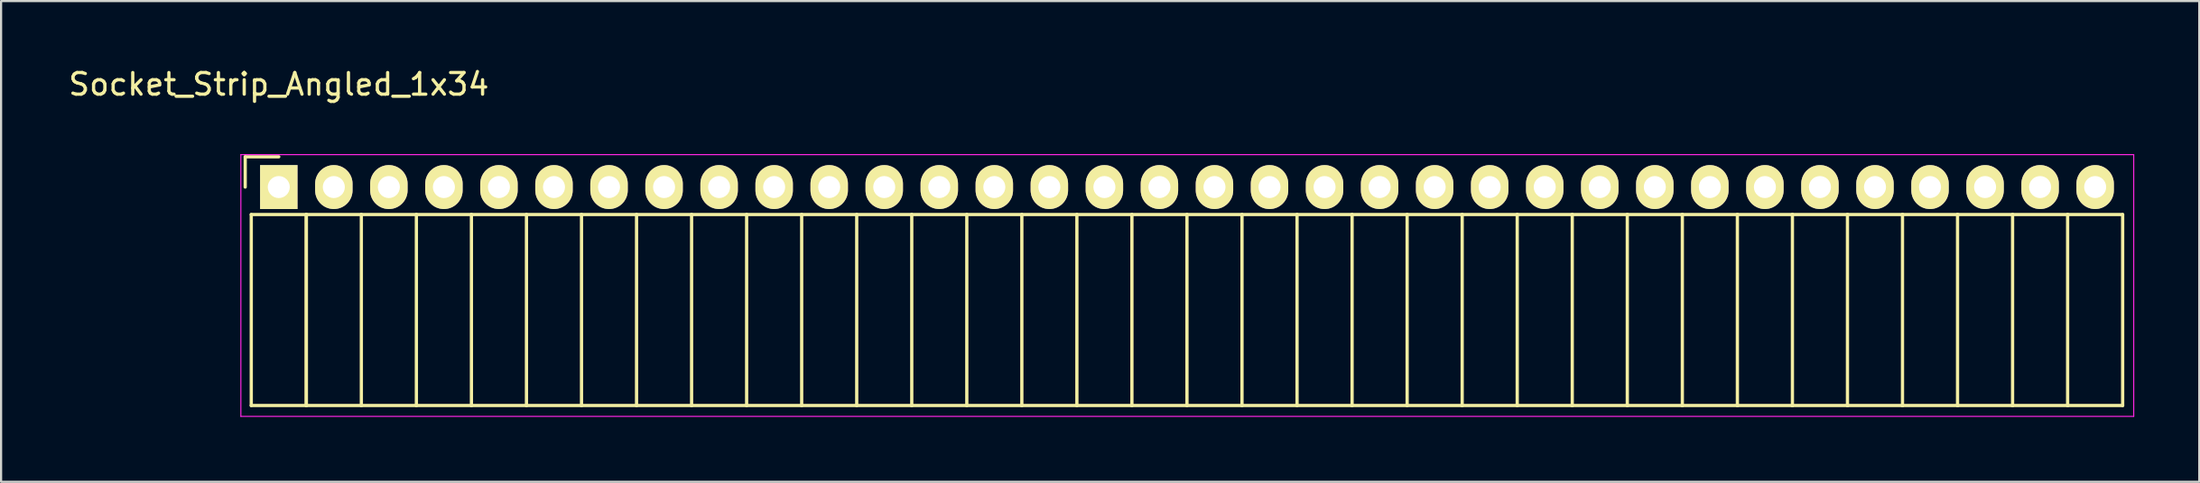
<source format=kicad_pcb>
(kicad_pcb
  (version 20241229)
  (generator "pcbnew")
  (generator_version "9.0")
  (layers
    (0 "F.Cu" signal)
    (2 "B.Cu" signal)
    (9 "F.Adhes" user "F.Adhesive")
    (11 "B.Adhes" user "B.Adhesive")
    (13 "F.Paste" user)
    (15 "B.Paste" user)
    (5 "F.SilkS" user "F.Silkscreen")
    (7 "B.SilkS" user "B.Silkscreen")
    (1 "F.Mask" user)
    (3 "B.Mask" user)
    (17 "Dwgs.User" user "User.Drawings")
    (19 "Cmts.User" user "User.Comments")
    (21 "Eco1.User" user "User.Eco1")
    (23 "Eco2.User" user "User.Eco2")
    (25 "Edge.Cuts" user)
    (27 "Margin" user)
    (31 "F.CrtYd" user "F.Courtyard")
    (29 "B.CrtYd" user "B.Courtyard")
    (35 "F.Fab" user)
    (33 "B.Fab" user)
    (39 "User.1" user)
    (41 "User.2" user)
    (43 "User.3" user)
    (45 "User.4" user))
  (footprint "Socket_Strip_Angled_1x34"
    (layer "F.Cu")
    (at 9.815 5.598)
    (property "Reference" "Socket_Strip_Angled_1x34" (at 0 -4.75 0) (layer "F.SilkS") (effects (font (size 1 1) (thickness 0.15))))
    (attr through_hole)
    (fp_line (start -1.55 -1.4) (end -1.55 0) (stroke (width 0.15) (type solid)) (layer "F.SilkS"))
    (fp_line (start -1.27 1.27) (end -1.27 10.1) (stroke (width 0.15) (type solid)) (layer "F.SilkS"))
    (fp_line (start -1.27 1.27) (end 1.27 1.27) (stroke (width 0.15) (type solid)) (layer "F.SilkS"))
    (fp_line (start -1.27 10.1) (end 1.27 10.1) (stroke (width 0.15) (type solid)) (layer "F.SilkS"))
    (fp_line (start 0 -1.4) (end -1.55 -1.4) (stroke (width 0.15) (type solid)) (layer "F.SilkS"))
    (fp_line (start 1.27 1.27) (end 1.27 10.1) (stroke (width 0.15) (type solid)) (layer "F.SilkS"))
    (fp_line (start 1.27 1.27) (end 3.81 1.27) (stroke (width 0.15) (type solid)) (layer "F.SilkS"))
    (fp_line (start 1.27 10.1) (end 1.27 1.27) (stroke (width 0.15) (type solid)) (layer "F.SilkS"))
    (fp_line (start 1.27 10.1) (end 3.81 10.1) (stroke (width 0.15) (type solid)) (layer "F.SilkS"))
    (fp_line (start 3.81 1.27) (end 6.35 1.27) (stroke (width 0.15) (type solid)) (layer "F.SilkS"))
    (fp_line (start 3.81 10.1) (end 3.81 1.27) (stroke (width 0.15) (type solid)) (layer "F.SilkS"))
    (fp_line (start 3.81 10.1) (end 6.35 10.1) (stroke (width 0.15) (type solid)) (layer "F.SilkS"))
    (fp_line (start 6.35 1.27) (end 8.89 1.27) (stroke (width 0.15) (type solid)) (layer "F.SilkS"))
    (fp_line (start 6.35 10.1) (end 6.35 1.27) (stroke (width 0.15) (type solid)) (layer "F.SilkS"))
    (fp_line (start 6.35 10.1) (end 8.89 10.1) (stroke (width 0.15) (type solid)) (layer "F.SilkS"))
    (fp_line (start 8.89 1.27) (end 11.43 1.27) (stroke (width 0.15) (type solid)) (layer "F.SilkS"))
    (fp_line (start 8.89 10.1) (end 8.89 1.27) (stroke (width 0.15) (type solid)) (layer "F.SilkS"))
    (fp_line (start 8.89 10.1) (end 11.43 10.1) (stroke (width 0.15) (type solid)) (layer "F.SilkS"))
    (fp_line (start 11.43 1.27) (end 13.97 1.27) (stroke (width 0.15) (type solid)) (layer "F.SilkS"))
    (fp_line (start 11.43 10.1) (end 11.43 1.27) (stroke (width 0.15) (type solid)) (layer "F.SilkS"))
    (fp_line (start 11.43 10.1) (end 13.97 10.1) (stroke (width 0.15) (type solid)) (layer "F.SilkS"))
    (fp_line (start 13.97 1.27) (end 16.51 1.27) (stroke (width 0.15) (type solid)) (layer "F.SilkS"))
    (fp_line (start 13.97 10.1) (end 13.97 1.27) (stroke (width 0.15) (type solid)) (layer "F.SilkS"))
    (fp_line (start 13.97 10.1) (end 16.51 10.1) (stroke (width 0.15) (type solid)) (layer "F.SilkS"))
    (fp_line (start 16.51 1.27) (end 19.05 1.27) (stroke (width 0.15) (type solid)) (layer "F.SilkS"))
    (fp_line (start 16.51 10.1) (end 16.51 1.27) (stroke (width 0.15) (type solid)) (layer "F.SilkS"))
    (fp_line (start 16.51 10.1) (end 19.05 10.1) (stroke (width 0.15) (type solid)) (layer "F.SilkS"))
    (fp_line (start 19.05 1.27) (end 21.59 1.27) (stroke (width 0.15) (type solid)) (layer "F.SilkS"))
    (fp_line (start 19.05 10.1) (end 19.05 1.27) (stroke (width 0.15) (type solid)) (layer "F.SilkS"))
    (fp_line (start 19.05 10.1) (end 21.59 10.1) (stroke (width 0.15) (type solid)) (layer "F.SilkS"))
    (fp_line (start 21.59 1.27) (end 24.13 1.27) (stroke (width 0.15) (type solid)) (layer "F.SilkS"))
    (fp_line (start 21.59 10.1) (end 21.59 1.27) (stroke (width 0.15) (type solid)) (layer "F.SilkS"))
    (fp_line (start 21.59 10.1) (end 24.13 10.1) (stroke (width 0.15) (type solid)) (layer "F.SilkS"))
    (fp_line (start 24.13 1.27) (end 26.67 1.27) (stroke (width 0.15) (type solid)) (layer "F.SilkS"))
    (fp_line (start 24.13 10.1) (end 24.13 1.27) (stroke (width 0.15) (type solid)) (layer "F.SilkS"))
    (fp_line (start 24.13 10.1) (end 26.67 10.1) (stroke (width 0.15) (type solid)) (layer "F.SilkS"))
    (fp_line (start 26.67 1.27) (end 29.21 1.27) (stroke (width 0.15) (type solid)) (layer "F.SilkS"))
    (fp_line (start 26.67 10.1) (end 26.67 1.27) (stroke (width 0.15) (type solid)) (layer "F.SilkS"))
    (fp_line (start 26.67 10.1) (end 29.21 10.1) (stroke (width 0.15) (type solid)) (layer "F.SilkS"))
    (fp_line (start 29.21 1.27) (end 31.75 1.27) (stroke (width 0.15) (type solid)) (layer "F.SilkS"))
    (fp_line (start 29.21 10.1) (end 29.21 1.27) (stroke (width 0.15) (type solid)) (layer "F.SilkS"))
    (fp_line (start 29.21 10.1) (end 31.75 10.1) (stroke (width 0.15) (type solid)) (layer "F.SilkS"))
    (fp_line (start 31.75 1.27) (end 34.29 1.27) (stroke (width 0.15) (type solid)) (layer "F.SilkS"))
    (fp_line (start 31.75 10.1) (end 31.75 1.27) (stroke (width 0.15) (type solid)) (layer "F.SilkS"))
    (fp_line (start 31.75 10.1) (end 34.29 10.1) (stroke (width 0.15) (type solid)) (layer "F.SilkS"))
    (fp_line (start 34.29 1.27) (end 36.83 1.27) (stroke (width 0.15) (type solid)) (layer "F.SilkS"))
    (fp_line (start 34.29 10.1) (end 34.29 1.27) (stroke (width 0.15) (type solid)) (layer "F.SilkS"))
    (fp_line (start 34.29 10.1) (end 36.83 10.1) (stroke (width 0.15) (type solid)) (layer "F.SilkS"))
    (fp_line (start 36.83 1.27) (end 39.37 1.27) (stroke (width 0.15) (type solid)) (layer "F.SilkS"))
    (fp_line (start 36.83 10.1) (end 36.83 1.27) (stroke (width 0.15) (type solid)) (layer "F.SilkS"))
    (fp_line (start 36.83 10.1) (end 39.37 10.1) (stroke (width 0.15) (type solid)) (layer "F.SilkS"))
    (fp_line (start 39.37 1.27) (end 41.91 1.27) (stroke (width 0.15) (type solid)) (layer "F.SilkS"))
    (fp_line (start 39.37 10.1) (end 39.37 1.27) (stroke (width 0.15) (type solid)) (layer "F.SilkS"))
    (fp_line (start 39.37 10.1) (end 41.91 10.1) (stroke (width 0.15) (type solid)) (layer "F.SilkS"))
    (fp_line (start 41.91 1.27) (end 44.45 1.27) (stroke (width 0.15) (type solid)) (layer "F.SilkS"))
    (fp_line (start 41.91 10.1) (end 41.91 1.27) (stroke (width 0.15) (type solid)) (layer "F.SilkS"))
    (fp_line (start 41.91 10.1) (end 44.45 10.1) (stroke (width 0.15) (type solid)) (layer "F.SilkS"))
    (fp_line (start 44.45 1.27) (end 46.99 1.27) (stroke (width 0.15) (type solid)) (layer "F.SilkS"))
    (fp_line (start 44.45 10.1) (end 44.45 1.27) (stroke (width 0.15) (type solid)) (layer "F.SilkS"))
    (fp_line (start 44.45 10.1) (end 46.99 10.1) (stroke (width 0.15) (type solid)) (layer "F.SilkS"))
    (fp_line (start 46.99 1.27) (end 49.53 1.27) (stroke (width 0.15) (type solid)) (layer "F.SilkS"))
    (fp_line (start 46.99 10.1) (end 46.99 1.27) (stroke (width 0.15) (type solid)) (layer "F.SilkS"))
    (fp_line (start 46.99 10.1) (end 49.53 10.1) (stroke (width 0.15) (type solid)) (layer "F.SilkS"))
    (fp_line (start 49.53 1.27) (end 52.07 1.27) (stroke (width 0.15) (type solid)) (layer "F.SilkS"))
    (fp_line (start 49.53 10.1) (end 49.53 1.27) (stroke (width 0.15) (type solid)) (layer "F.SilkS"))
    (fp_line (start 49.53 10.1) (end 52.07 10.1) (stroke (width 0.15) (type solid)) (layer "F.SilkS"))
    (fp_line (start 52.07 1.27) (end 54.61 1.27) (stroke (width 0.15) (type solid)) (layer "F.SilkS"))
    (fp_line (start 52.07 10.1) (end 52.07 1.27) (stroke (width 0.15) (type solid)) (layer "F.SilkS"))
    (fp_line (start 52.07 10.1) (end 54.61 10.1) (stroke (width 0.15) (type solid)) (layer "F.SilkS"))
    (fp_line (start 54.61 1.27) (end 57.15 1.27) (stroke (width 0.15) (type solid)) (layer "F.SilkS"))
    (fp_line (start 54.61 10.1) (end 54.61 1.27) (stroke (width 0.15) (type solid)) (layer "F.SilkS"))
    (fp_line (start 54.61 10.1) (end 57.15 10.1) (stroke (width 0.15) (type solid)) (layer "F.SilkS"))
    (fp_line (start 57.15 1.27) (end 59.69 1.27) (stroke (width 0.15) (type solid)) (layer "F.SilkS"))
    (fp_line (start 57.15 10.1) (end 57.15 1.27) (stroke (width 0.15) (type solid)) (layer "F.SilkS"))
    (fp_line (start 57.15 10.1) (end 59.69 10.1) (stroke (width 0.15) (type solid)) (layer "F.SilkS"))
    (fp_line (start 59.69 1.27) (end 62.23 1.27) (stroke (width 0.15) (type solid)) (layer "F.SilkS"))
    (fp_line (start 59.69 10.1) (end 59.69 1.27) (stroke (width 0.15) (type solid)) (layer "F.SilkS"))
    (fp_line (start 59.69 10.1) (end 62.23 10.1) (stroke (width 0.15) (type solid)) (layer "F.SilkS"))
    (fp_line (start 62.23 1.27) (end 64.77 1.27) (stroke (width 0.15) (type solid)) (layer "F.SilkS"))
    (fp_line (start 62.23 10.1) (end 62.23 1.27) (stroke (width 0.15) (type solid)) (layer "F.SilkS"))
    (fp_line (start 62.23 10.1) (end 64.77 10.1) (stroke (width 0.15) (type solid)) (layer "F.SilkS"))
    (fp_line (start 64.77 1.27) (end 67.31 1.27) (stroke (width 0.15) (type solid)) (layer "F.SilkS"))
    (fp_line (start 64.77 10.1) (end 64.77 1.27) (stroke (width 0.15) (type solid)) (layer "F.SilkS"))
    (fp_line (start 64.77 10.1) (end 67.31 10.1) (stroke (width 0.15) (type solid)) (layer "F.SilkS"))
    (fp_line (start 67.31 1.27) (end 69.85 1.27) (stroke (width 0.15) (type solid)) (layer "F.SilkS"))
    (fp_line (start 67.31 10.1) (end 67.31 1.27) (stroke (width 0.15) (type solid)) (layer "F.SilkS"))
    (fp_line (start 67.31 10.1) (end 69.85 10.1) (stroke (width 0.15) (type solid)) (layer "F.SilkS"))
    (fp_line (start 69.85 1.27) (end 72.39 1.27) (stroke (width 0.15) (type solid)) (layer "F.SilkS"))
    (fp_line (start 69.85 10.1) (end 69.85 1.27) (stroke (width 0.15) (type solid)) (layer "F.SilkS"))
    (fp_line (start 69.85 10.1) (end 72.39 10.1) (stroke (width 0.15) (type solid)) (layer "F.SilkS"))
    (fp_line (start 72.39 1.27) (end 74.93 1.27) (stroke (width 0.15) (type solid)) (layer "F.SilkS"))
    (fp_line (start 72.39 10.1) (end 72.39 1.27) (stroke (width 0.15) (type solid)) (layer "F.SilkS"))
    (fp_line (start 72.39 10.1) (end 74.93 10.1) (stroke (width 0.15) (type solid)) (layer "F.SilkS"))
    (fp_line (start 74.93 1.27) (end 77.47 1.27) (stroke (width 0.15) (type solid)) (layer "F.SilkS"))
    (fp_line (start 74.93 10.1) (end 74.93 1.27) (stroke (width 0.15) (type solid)) (layer "F.SilkS"))
    (fp_line (start 74.93 10.1) (end 77.47 10.1) (stroke (width 0.15) (type solid)) (layer "F.SilkS"))
    (fp_line (start 77.47 1.27) (end 80.01 1.27) (stroke (width 0.15) (type solid)) (layer "F.SilkS"))
    (fp_line (start 77.47 10.1) (end 77.47 1.27) (stroke (width 0.15) (type solid)) (layer "F.SilkS"))
    (fp_line (start 77.47 10.1) (end 80.01 10.1) (stroke (width 0.15) (type solid)) (layer "F.SilkS"))
    (fp_line (start 80.01 1.27) (end 82.55 1.27) (stroke (width 0.15) (type solid)) (layer "F.SilkS"))
    (fp_line (start 80.01 10.1) (end 80.01 1.27) (stroke (width 0.15) (type solid)) (layer "F.SilkS"))
    (fp_line (start 80.01 10.1) (end 82.55 10.1) (stroke (width 0.15) (type solid)) (layer "F.SilkS"))
    (fp_line (start 82.55 1.27) (end 85.09 1.27) (stroke (width 0.15) (type solid)) (layer "F.SilkS"))
    (fp_line (start 82.55 10.1) (end 82.55 1.27) (stroke (width 0.15) (type solid)) (layer "F.SilkS"))
    (fp_line (start 82.55 10.1) (end 85.09 10.1) (stroke (width 0.15) (type solid)) (layer "F.SilkS"))
    (fp_line (start 85.09 10.1) (end 85.09 1.27) (stroke (width 0.15) (type solid)) (layer "F.SilkS"))
    (fp_line (start -1.75 -1.5) (end -1.75 10.6) (stroke (width 0.05) (type solid)) (layer "F.CrtYd"))
    (fp_line (start -1.75 -1.5) (end 85.6 -1.5) (stroke (width 0.05) (type solid)) (layer "F.CrtYd"))
    (fp_line (start -1.75 10.6) (end 85.6 10.6) (stroke (width 0.05) (type solid)) (layer "F.CrtYd"))
    (fp_line (start 85.6 -1.5) (end 85.6 10.6) (stroke (width 0.05) (type solid)) (layer "F.CrtYd"))
    (pad "1" thru_hole rect (at 0 0) (size 1.727 2.032) (drill 1.016) (layers "*.Cu" "*.Mask" "F.SilkS"))
    (pad "2" thru_hole oval (at 2.54 0) (size 1.727 2.032) (drill 1.016) (layers "*.Cu" "*.Mask" "F.SilkS"))
    (pad "3" thru_hole oval (at 5.08 0) (size 1.727 2.032) (drill 1.016) (layers "*.Cu" "*.Mask" "F.SilkS"))
    (pad "4" thru_hole oval (at 7.62 0) (size 1.727 2.032) (drill 1.016) (layers "*.Cu" "*.Mask" "F.SilkS"))
    (pad "5" thru_hole oval (at 10.16 0) (size 1.727 2.032) (drill 1.016) (layers "*.Cu" "*.Mask" "F.SilkS"))
    (pad "6" thru_hole oval (at 12.7 0) (size 1.727 2.032) (drill 1.016) (layers "*.Cu" "*.Mask" "F.SilkS"))
    (pad "7" thru_hole oval (at 15.24 0) (size 1.727 2.032) (drill 1.016) (layers "*.Cu" "*.Mask" "F.SilkS"))
    (pad "8" thru_hole oval (at 17.78 0) (size 1.727 2.032) (drill 1.016) (layers "*.Cu" "*.Mask" "F.SilkS"))
    (pad "9" thru_hole oval (at 20.32 0) (size 1.727 2.032) (drill 1.016) (layers "*.Cu" "*.Mask" "F.SilkS"))
    (pad "10" thru_hole oval (at 22.86 0) (size 1.727 2.032) (drill 1.016) (layers "*.Cu" "*.Mask" "F.SilkS"))
    (pad "11" thru_hole oval (at 25.4 0) (size 1.727 2.032) (drill 1.016) (layers "*.Cu" "*.Mask" "F.SilkS"))
    (pad "12" thru_hole oval (at 27.94 0) (size 1.727 2.032) (drill 1.016) (layers "*.Cu" "*.Mask" "F.SilkS"))
    (pad "13" thru_hole oval (at 30.48 0) (size 1.727 2.032) (drill 1.016) (layers "*.Cu" "*.Mask" "F.SilkS"))
    (pad "14" thru_hole oval (at 33.02 0) (size 1.727 2.032) (drill 1.016) (layers "*.Cu" "*.Mask" "F.SilkS"))
    (pad "15" thru_hole oval (at 35.56 0) (size 1.727 2.032) (drill 1.016) (layers "*.Cu" "*.Mask" "F.SilkS"))
    (pad "16" thru_hole oval (at 38.1 0) (size 1.727 2.032) (drill 1.016) (layers "*.Cu" "*.Mask" "F.SilkS"))
    (pad "17" thru_hole oval (at 40.64 0) (size 1.727 2.032) (drill 1.016) (layers "*.Cu" "*.Mask" "F.SilkS"))
    (pad "18" thru_hole oval (at 43.18 0) (size 1.727 2.032) (drill 1.016) (layers "*.Cu" "*.Mask" "F.SilkS"))
    (pad "19" thru_hole oval (at 45.72 0) (size 1.727 2.032) (drill 1.016) (layers "*.Cu" "*.Mask" "F.SilkS"))
    (pad "20" thru_hole oval (at 48.26 0) (size 1.727 2.032) (drill 1.016) (layers "*.Cu" "*.Mask" "F.SilkS"))
    (pad "21" thru_hole oval (at 50.8 0) (size 1.727 2.032) (drill 1.016) (layers "*.Cu" "*.Mask" "F.SilkS"))
    (pad "22" thru_hole oval (at 53.34 0) (size 1.727 2.032) (drill 1.016) (layers "*.Cu" "*.Mask" "F.SilkS"))
    (pad "23" thru_hole oval (at 55.88 0) (size 1.727 2.032) (drill 1.016) (layers "*.Cu" "*.Mask" "F.SilkS"))
    (pad "24" thru_hole oval (at 58.42 0) (size 1.727 2.032) (drill 1.016) (layers "*.Cu" "*.Mask" "F.SilkS"))
    (pad "25" thru_hole oval (at 60.96 0) (size 1.727 2.032) (drill 1.016) (layers "*.Cu" "*.Mask" "F.SilkS"))
    (pad "26" thru_hole oval (at 63.5 0) (size 1.727 2.032) (drill 1.016) (layers "*.Cu" "*.Mask" "F.SilkS"))
    (pad "27" thru_hole oval (at 66.04 0) (size 1.727 2.032) (drill 1.016) (layers "*.Cu" "*.Mask" "F.SilkS"))
    (pad "28" thru_hole oval (at 68.58 0) (size 1.727 2.032) (drill 1.016) (layers "*.Cu" "*.Mask" "F.SilkS"))
    (pad "29" thru_hole oval (at 71.12 0) (size 1.727 2.032) (drill 1.016) (layers "*.Cu" "*.Mask" "F.SilkS"))
    (pad "30" thru_hole oval (at 73.66 0) (size 1.727 2.032) (drill 1.016) (layers "*.Cu" "*.Mask" "F.SilkS"))
    (pad "31" thru_hole oval (at 76.2 0) (size 1.727 2.032) (drill 1.016) (layers "*.Cu" "*.Mask" "F.SilkS"))
    (pad "32" thru_hole oval (at 78.74 0) (size 1.727 2.032) (drill 1.016) (layers "*.Cu" "*.Mask" "F.SilkS"))
    (pad "33" thru_hole oval (at 81.28 0) (size 1.727 2.032) (drill 1.016) (layers "*.Cu" "*.Mask" "F.SilkS"))
    (pad "34" thru_hole oval (at 83.82 0) (size 1.727 2.032) (drill 1.016) (layers "*.Cu" "*.Mask" "F.SilkS")))
  (gr_rect
    (start -3 -3)
    (end 98.44 19.223)
    (stroke (width 0.1) (type default))
    (fill no)
    (layer "Edge.Cuts")))
</source>
